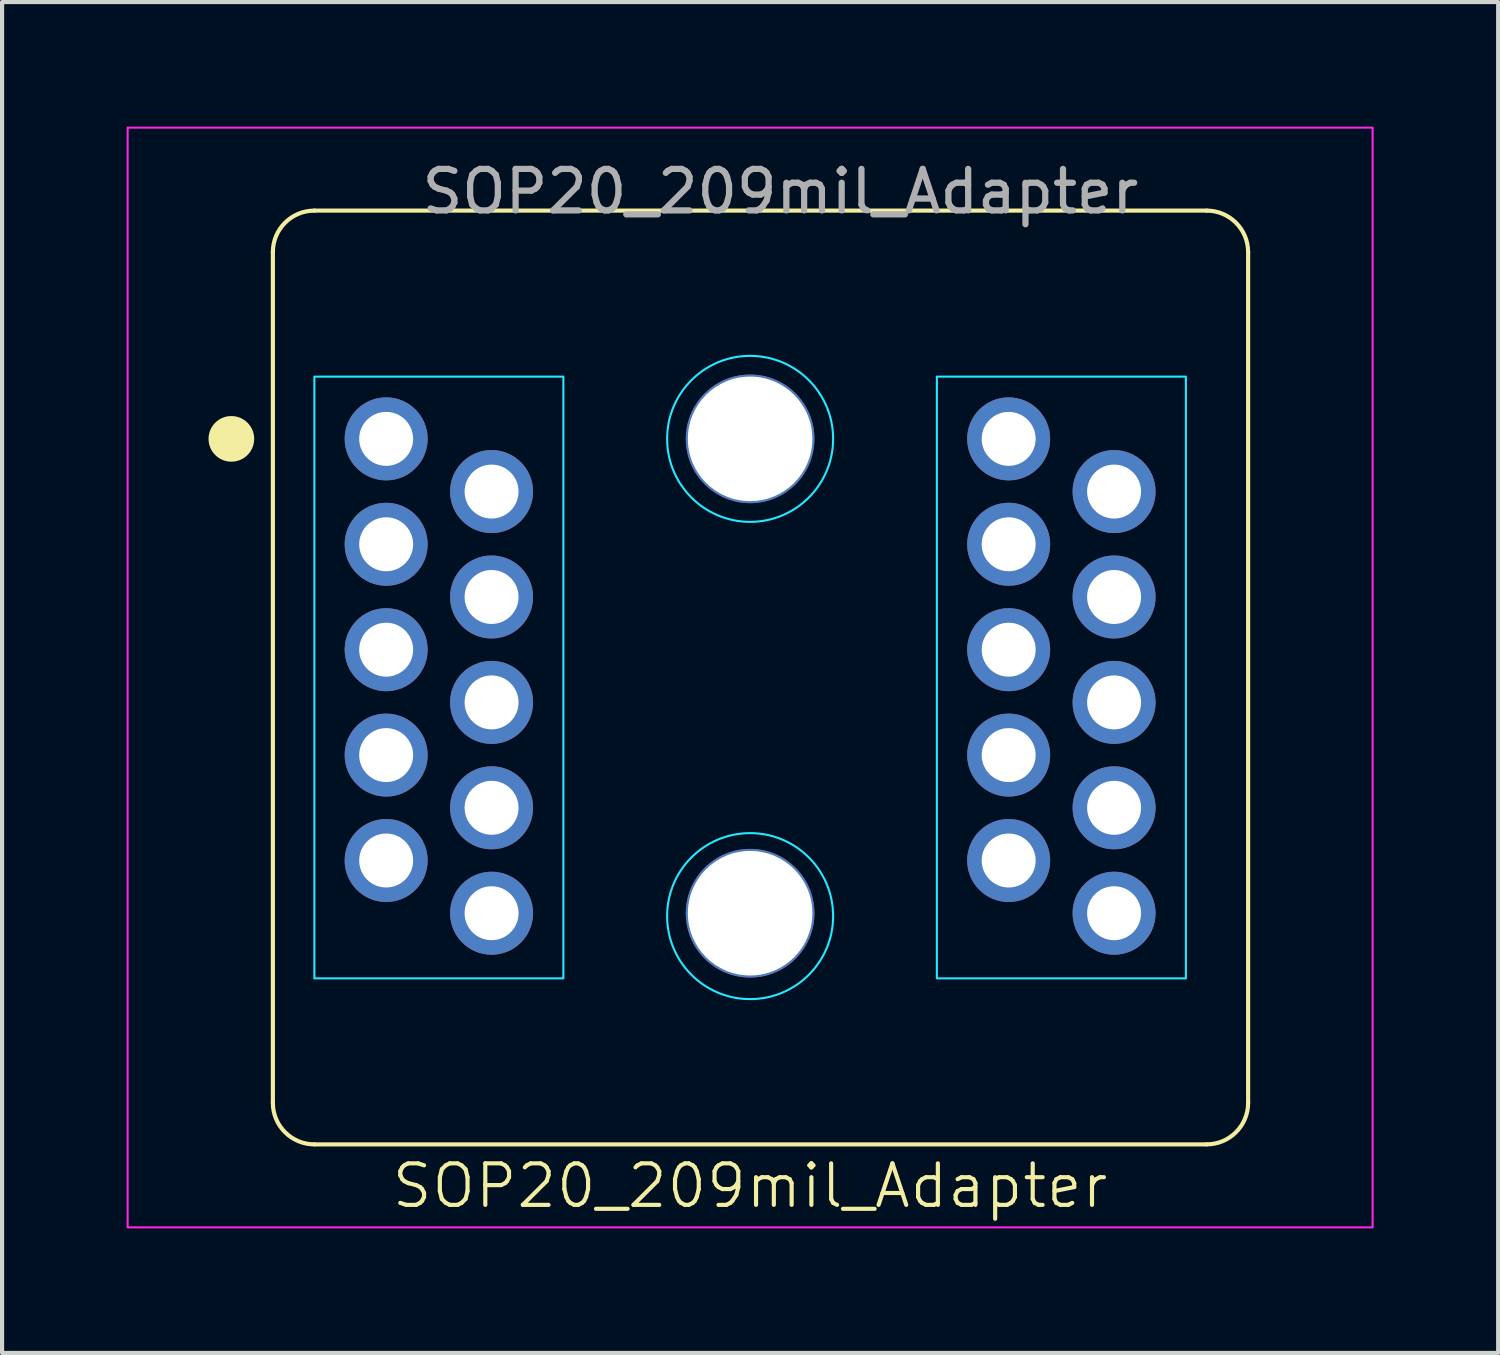
<source format=kicad_pcb>
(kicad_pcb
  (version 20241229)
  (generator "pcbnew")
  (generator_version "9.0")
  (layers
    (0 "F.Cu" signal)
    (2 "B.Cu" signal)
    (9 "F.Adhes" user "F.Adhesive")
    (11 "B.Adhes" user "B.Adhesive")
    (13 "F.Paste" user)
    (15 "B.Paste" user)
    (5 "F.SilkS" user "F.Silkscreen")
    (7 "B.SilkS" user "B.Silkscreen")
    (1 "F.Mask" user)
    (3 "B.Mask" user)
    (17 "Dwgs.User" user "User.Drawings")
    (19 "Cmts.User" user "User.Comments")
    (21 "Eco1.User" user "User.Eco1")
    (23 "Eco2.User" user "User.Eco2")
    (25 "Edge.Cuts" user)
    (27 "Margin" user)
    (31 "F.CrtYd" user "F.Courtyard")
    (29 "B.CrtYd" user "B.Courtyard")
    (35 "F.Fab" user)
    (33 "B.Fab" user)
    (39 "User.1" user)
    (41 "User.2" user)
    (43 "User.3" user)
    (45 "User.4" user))
  (footprint "SOP20_209mil_Adapter"
    (layer "F.Cu")
    (at 15.025 13.025)
    (property "Reference" "SOP20_209mil_Adapter" (at 0 12.5 0) (unlocked yes) (layer "F.SilkS") (effects (font (size 1 1) (thickness 0.1))))
    (attr through_hole)
    (fp_line (start -11.5 -10) (end -11.5 10.5) (stroke (width 0.1) (type default)) (layer "F.SilkS"))
    (fp_line (start -10.5 11.5) (end 11 11.5) (stroke (width 0.1) (type default)) (layer "F.SilkS"))
    (fp_line (start 11 -11) (end -10.5 -11) (stroke (width 0.1) (type default)) (layer "F.SilkS"))
    (fp_line (start 12 10.5) (end 12 -10) (stroke (width 0.1) (type default)) (layer "F.SilkS"))
    (fp_arc (start -11.5 -10) (mid -11.207107 -10.707107) (end -10.5 -11) (stroke (width 0.1) (type default)) (layer "F.SilkS"))
    (fp_arc (start -10.5 11.5) (mid -11.207107 11.207107) (end -11.5 10.5) (stroke (width 0.1) (type default)) (layer "F.SilkS"))
    (fp_arc (start 11 -11) (mid 11.707107 -10.707107) (end 12 -10) (stroke (width 0.1) (type default)) (layer "F.SilkS"))
    (fp_arc (start 12 10.5) (mid 11.707107 11.207107) (end 11 11.5) (stroke (width 0.1) (type default)) (layer "F.SilkS"))
    (fp_circle (center -12.5 -5.5) (end -13 -5.5) (stroke (width 0.1) (type solid)) (fill yes) (layer "F.SilkS"))
    (fp_rect (start -10.5 -7) (end -4.5 7.5) (stroke (width 0.05) (type solid)) (fill no) (layer "B.CrtYd"))
    (fp_rect (start 4.5 -7) (end 10.5 7.5) (stroke (width 0.05) (type solid)) (fill no) (layer "B.CrtYd"))
    (fp_circle (center 0 -5.5) (end 2 -5.5) (stroke (width 0.05) (type default)) (fill no) (layer "B.CrtYd"))
    (fp_circle (center 0 6) (end -2 6) (stroke (width 0.05) (type default)) (fill no) (layer "B.CrtYd"))
    (fp_rect (start -15 -13) (end 15 13.5) (stroke (width 0.05) (type solid)) (fill no) (layer "F.CrtYd"))
    (fp_text user "${REFERENCE}" (at 0.73 -11.46 0) (unlocked yes) (layer "F.Fab") (effects (font (size 1 1) (thickness 0.15))))
    (pad "" thru_hole circle (at 0 -5.5) (size 3.1 3.1) (drill 3) (layers "*.Cu" "*.Mask"))
    (pad "" thru_hole circle (at 0 5.93) (size 3.1 3.1) (drill 3) (layers "*.Cu" "*.Mask"))
    (pad "1" thru_hole circle (at -8.77 -5.5) (size 2 2) (drill 1.3) (layers "*.Cu" "*.Mask"))
    (pad "2" thru_hole circle (at -6.23 -4.23) (size 2 2) (drill 1.3) (layers "*.Cu" "*.Mask"))
    (pad "3" thru_hole circle (at -8.77 -2.96) (size 2 2) (drill 1.3) (layers "*.Cu" "*.Mask"))
    (pad "4" thru_hole circle (at -6.23 -1.69) (size 2 2) (drill 1.3) (layers "*.Cu" "*.Mask"))
    (pad "5" thru_hole circle (at -8.77 -0.42) (size 2 2) (drill 1.3) (layers "*.Cu" "*.Mask"))
    (pad "6" thru_hole circle (at -6.23 0.85) (size 2 2) (drill 1.3) (layers "*.Cu" "*.Mask"))
    (pad "7" thru_hole circle (at -8.77 2.12) (size 2 2) (drill 1.3) (layers "*.Cu" "*.Mask"))
    (pad "8" thru_hole circle (at -6.23 3.39) (size 2 2) (drill 1.3) (layers "*.Cu" "*.Mask"))
    (pad "9" thru_hole circle (at -8.77 4.66) (size 2 2) (drill 1.3) (layers "*.Cu" "*.Mask"))
    (pad "10" thru_hole circle (at -6.23 5.93) (size 2 2) (drill 1.3) (layers "*.Cu" "*.Mask"))
    (pad "11" thru_hole circle (at 8.77 5.93) (size 2 2) (drill 1.3) (layers "*.Cu" "*.Mask"))
    (pad "12" thru_hole circle (at 6.23 4.66) (size 2 2) (drill 1.3) (layers "*.Cu" "*.Mask"))
    (pad "13" thru_hole circle (at 8.77 3.39) (size 2 2) (drill 1.3) (layers "*.Cu" "*.Mask"))
    (pad "14" thru_hole circle (at 6.23 2.12) (size 2 2) (drill 1.3) (layers "*.Cu" "*.Mask"))
    (pad "15" thru_hole circle (at 8.77 0.85) (size 2 2) (drill 1.3) (layers "*.Cu" "*.Mask"))
    (pad "16" thru_hole circle (at 6.23 -0.42) (size 2 2) (drill 1.3) (layers "*.Cu" "*.Mask"))
    (pad "17" thru_hole circle (at 8.77 -1.69) (size 2 2) (drill 1.3) (layers "*.Cu" "*.Mask"))
    (pad "18" thru_hole circle (at 6.23 -2.96) (size 2 2) (drill 1.3) (layers "*.Cu" "*.Mask"))
    (pad "19" thru_hole circle (at 8.77 -4.23) (size 2 2) (drill 1.3) (layers "*.Cu" "*.Mask"))
    (pad "20" thru_hole circle (at 6.23 -5.5) (size 2 2) (drill 1.3) (layers "*.Cu" "*.Mask")))
  (gr_rect
    (start -3 -3)
    (end 33.05 29.55)
    (stroke (width 0.1) (type default))
    (fill no)
    (layer "Edge.Cuts")))
</source>
